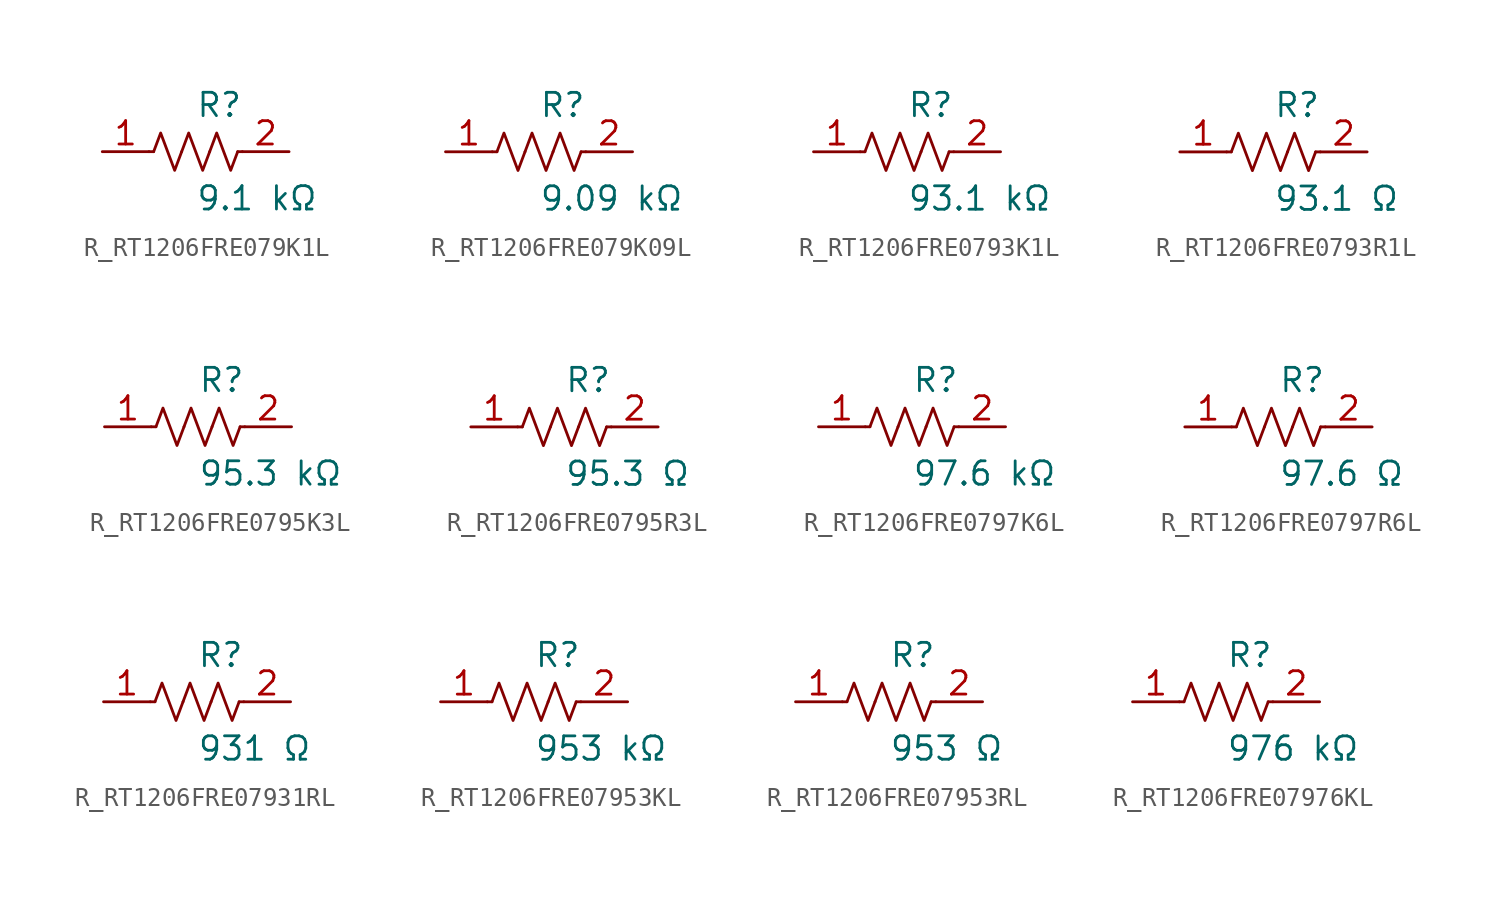
<source format=kicad_sym>
(kicad_symbol_lib
  (version 20231120)
  (generator kicad_symbol_editor)
  (generator_version 8.0)
  (symbol "R_RT1206FRE079K1L"
    (pin_names
      (offset 0.254))
    (property "Reference" "R"
      (at 0 2.54 0)
      (effects (font (size 1.27 1.27)) (justify left)))
    (property "Value" "9.1 kΩ"
      (at 0 -2.54 0)
      (effects (font (size 1.27 1.27)) (justify left)))
    (symbol "R_RT1206FRE079K1L_0_1"
      (polyline (pts (xy 2.286 0) (xy 2.54 0)) (stroke (width 0) (type default)) (fill (type none)))
      (polyline (pts (xy -2.286 0) (xy -2.54 0)) (stroke (width 0) (type default)) (fill (type none)))
      (polyline (pts (xy 0.762 0) (xy 1.143 1.016) (xy 1.524 0) (xy 1.905 -1.016) (xy 2.286 0)) (stroke (width 0) (type default)) (fill (type none)))
      (polyline (pts (xy -0.762 0) (xy -0.381 1.016) (xy 0 0) (xy 0.381 -1.016) (xy 0.762 0)) (stroke (width 0) (type default)) (fill (type none)))
      (polyline (pts (xy -2.286 0) (xy -1.905 1.016) (xy -1.524 0) (xy -1.143 -1.016) (xy -0.762 0)) (stroke (width 0) (type default)) (fill (type none))))
    (pin unspecified line
      (at -5.08 0 0)
      (length 2.54)
      (name "" (effects (font (size 1.27 1.27))))
      (number "1" (effects (font (size 1.27 1.27)))))
    (pin unspecified line
      (at 5.08 0 180)
      (length 2.54)
      (name "" (effects (font (size 1.27 1.27))))
      (number "2" (effects (font (size 1.27 1.27))))))
  (symbol "R_RT1206FRE079K09L"
    (pin_names
      (offset 0.254))
    (property "Reference" "R"
      (at 0 2.54 0)
      (effects (font (size 1.27 1.27)) (justify left)))
    (property "Value" "9.09 kΩ"
      (at 0 -2.54 0)
      (effects (font (size 1.27 1.27)) (justify left)))
    (symbol "R_RT1206FRE079K09L_0_1"
      (polyline (pts (xy 2.286 0) (xy 2.54 0)) (stroke (width 0) (type default)) (fill (type none)))
      (polyline (pts (xy -2.286 0) (xy -2.54 0)) (stroke (width 0) (type default)) (fill (type none)))
      (polyline (pts (xy 0.762 0) (xy 1.143 1.016) (xy 1.524 0) (xy 1.905 -1.016) (xy 2.286 0)) (stroke (width 0) (type default)) (fill (type none)))
      (polyline (pts (xy -0.762 0) (xy -0.381 1.016) (xy 0 0) (xy 0.381 -1.016) (xy 0.762 0)) (stroke (width 0) (type default)) (fill (type none)))
      (polyline (pts (xy -2.286 0) (xy -1.905 1.016) (xy -1.524 0) (xy -1.143 -1.016) (xy -0.762 0)) (stroke (width 0) (type default)) (fill (type none))))
    (pin unspecified line
      (at -5.08 0 0)
      (length 2.54)
      (name "" (effects (font (size 1.27 1.27))))
      (number "1" (effects (font (size 1.27 1.27)))))
    (pin unspecified line
      (at 5.08 0 180)
      (length 2.54)
      (name "" (effects (font (size 1.27 1.27))))
      (number "2" (effects (font (size 1.27 1.27))))))
  (symbol "R_RT1206FRE0793K1L"
    (pin_names
      (offset 0.254))
    (property "Reference" "R"
      (at 0 2.54 0)
      (effects (font (size 1.27 1.27)) (justify left)))
    (property "Value" "93.1 kΩ"
      (at 0 -2.54 0)
      (effects (font (size 1.27 1.27)) (justify left)))
    (symbol "R_RT1206FRE0793K1L_0_1"
      (polyline (pts (xy 2.286 0) (xy 2.54 0)) (stroke (width 0) (type default)) (fill (type none)))
      (polyline (pts (xy -2.286 0) (xy -2.54 0)) (stroke (width 0) (type default)) (fill (type none)))
      (polyline (pts (xy 0.762 0) (xy 1.143 1.016) (xy 1.524 0) (xy 1.905 -1.016) (xy 2.286 0)) (stroke (width 0) (type default)) (fill (type none)))
      (polyline (pts (xy -0.762 0) (xy -0.381 1.016) (xy 0 0) (xy 0.381 -1.016) (xy 0.762 0)) (stroke (width 0) (type default)) (fill (type none)))
      (polyline (pts (xy -2.286 0) (xy -1.905 1.016) (xy -1.524 0) (xy -1.143 -1.016) (xy -0.762 0)) (stroke (width 0) (type default)) (fill (type none))))
    (pin unspecified line
      (at -5.08 0 0)
      (length 2.54)
      (name "" (effects (font (size 1.27 1.27))))
      (number "1" (effects (font (size 1.27 1.27)))))
    (pin unspecified line
      (at 5.08 0 180)
      (length 2.54)
      (name "" (effects (font (size 1.27 1.27))))
      (number "2" (effects (font (size 1.27 1.27))))))
  (symbol "R_RT1206FRE0793R1L"
    (pin_names
      (offset 0.254))
    (property "Reference" "R"
      (at 0 2.54 0)
      (effects (font (size 1.27 1.27)) (justify left)))
    (property "Value" "93.1 Ω"
      (at 0 -2.54 0)
      (effects (font (size 1.27 1.27)) (justify left)))
    (symbol "R_RT1206FRE0793R1L_0_1"
      (polyline (pts (xy 2.286 0) (xy 2.54 0)) (stroke (width 0) (type default)) (fill (type none)))
      (polyline (pts (xy -2.286 0) (xy -2.54 0)) (stroke (width 0) (type default)) (fill (type none)))
      (polyline (pts (xy 0.762 0) (xy 1.143 1.016) (xy 1.524 0) (xy 1.905 -1.016) (xy 2.286 0)) (stroke (width 0) (type default)) (fill (type none)))
      (polyline (pts (xy -0.762 0) (xy -0.381 1.016) (xy 0 0) (xy 0.381 -1.016) (xy 0.762 0)) (stroke (width 0) (type default)) (fill (type none)))
      (polyline (pts (xy -2.286 0) (xy -1.905 1.016) (xy -1.524 0) (xy -1.143 -1.016) (xy -0.762 0)) (stroke (width 0) (type default)) (fill (type none))))
    (pin unspecified line
      (at -5.08 0 0)
      (length 2.54)
      (name "" (effects (font (size 1.27 1.27))))
      (number "1" (effects (font (size 1.27 1.27)))))
    (pin unspecified line
      (at 5.08 0 180)
      (length 2.54)
      (name "" (effects (font (size 1.27 1.27))))
      (number "2" (effects (font (size 1.27 1.27))))))
  (symbol "R_RT1206FRE0795K3L"
    (pin_names
      (offset 0.254))
    (property "Reference" "R"
      (at 0 2.54 0)
      (effects (font (size 1.27 1.27)) (justify left)))
    (property "Value" "95.3 kΩ"
      (at 0 -2.54 0)
      (effects (font (size 1.27 1.27)) (justify left)))
    (symbol "R_RT1206FRE0795K3L_0_1"
      (polyline (pts (xy 2.286 0) (xy 2.54 0)) (stroke (width 0) (type default)) (fill (type none)))
      (polyline (pts (xy -2.286 0) (xy -2.54 0)) (stroke (width 0) (type default)) (fill (type none)))
      (polyline (pts (xy 0.762 0) (xy 1.143 1.016) (xy 1.524 0) (xy 1.905 -1.016) (xy 2.286 0)) (stroke (width 0) (type default)) (fill (type none)))
      (polyline (pts (xy -0.762 0) (xy -0.381 1.016) (xy 0 0) (xy 0.381 -1.016) (xy 0.762 0)) (stroke (width 0) (type default)) (fill (type none)))
      (polyline (pts (xy -2.286 0) (xy -1.905 1.016) (xy -1.524 0) (xy -1.143 -1.016) (xy -0.762 0)) (stroke (width 0) (type default)) (fill (type none))))
    (pin unspecified line
      (at -5.08 0 0)
      (length 2.54)
      (name "" (effects (font (size 1.27 1.27))))
      (number "1" (effects (font (size 1.27 1.27)))))
    (pin unspecified line
      (at 5.08 0 180)
      (length 2.54)
      (name "" (effects (font (size 1.27 1.27))))
      (number "2" (effects (font (size 1.27 1.27))))))
  (symbol "R_RT1206FRE0795R3L"
    (pin_names
      (offset 0.254))
    (property "Reference" "R"
      (at 0 2.54 0)
      (effects (font (size 1.27 1.27)) (justify left)))
    (property "Value" "95.3 Ω"
      (at 0 -2.54 0)
      (effects (font (size 1.27 1.27)) (justify left)))
    (symbol "R_RT1206FRE0795R3L_0_1"
      (polyline (pts (xy 2.286 0) (xy 2.54 0)) (stroke (width 0) (type default)) (fill (type none)))
      (polyline (pts (xy -2.286 0) (xy -2.54 0)) (stroke (width 0) (type default)) (fill (type none)))
      (polyline (pts (xy 0.762 0) (xy 1.143 1.016) (xy 1.524 0) (xy 1.905 -1.016) (xy 2.286 0)) (stroke (width 0) (type default)) (fill (type none)))
      (polyline (pts (xy -0.762 0) (xy -0.381 1.016) (xy 0 0) (xy 0.381 -1.016) (xy 0.762 0)) (stroke (width 0) (type default)) (fill (type none)))
      (polyline (pts (xy -2.286 0) (xy -1.905 1.016) (xy -1.524 0) (xy -1.143 -1.016) (xy -0.762 0)) (stroke (width 0) (type default)) (fill (type none))))
    (pin unspecified line
      (at -5.08 0 0)
      (length 2.54)
      (name "" (effects (font (size 1.27 1.27))))
      (number "1" (effects (font (size 1.27 1.27)))))
    (pin unspecified line
      (at 5.08 0 180)
      (length 2.54)
      (name "" (effects (font (size 1.27 1.27))))
      (number "2" (effects (font (size 1.27 1.27))))))
  (symbol "R_RT1206FRE0797K6L"
    (pin_names
      (offset 0.254))
    (property "Reference" "R"
      (at 0 2.54 0)
      (effects (font (size 1.27 1.27)) (justify left)))
    (property "Value" "97.6 kΩ"
      (at 0 -2.54 0)
      (effects (font (size 1.27 1.27)) (justify left)))
    (symbol "R_RT1206FRE0797K6L_0_1"
      (polyline (pts (xy 2.286 0) (xy 2.54 0)) (stroke (width 0) (type default)) (fill (type none)))
      (polyline (pts (xy -2.286 0) (xy -2.54 0)) (stroke (width 0) (type default)) (fill (type none)))
      (polyline (pts (xy 0.762 0) (xy 1.143 1.016) (xy 1.524 0) (xy 1.905 -1.016) (xy 2.286 0)) (stroke (width 0) (type default)) (fill (type none)))
      (polyline (pts (xy -0.762 0) (xy -0.381 1.016) (xy 0 0) (xy 0.381 -1.016) (xy 0.762 0)) (stroke (width 0) (type default)) (fill (type none)))
      (polyline (pts (xy -2.286 0) (xy -1.905 1.016) (xy -1.524 0) (xy -1.143 -1.016) (xy -0.762 0)) (stroke (width 0) (type default)) (fill (type none))))
    (pin unspecified line
      (at -5.08 0 0)
      (length 2.54)
      (name "" (effects (font (size 1.27 1.27))))
      (number "1" (effects (font (size 1.27 1.27)))))
    (pin unspecified line
      (at 5.08 0 180)
      (length 2.54)
      (name "" (effects (font (size 1.27 1.27))))
      (number "2" (effects (font (size 1.27 1.27))))))
  (symbol "R_RT1206FRE0797R6L"
    (pin_names
      (offset 0.254))
    (property "Reference" "R"
      (at 0 2.54 0)
      (effects (font (size 1.27 1.27)) (justify left)))
    (property "Value" "97.6 Ω"
      (at 0 -2.54 0)
      (effects (font (size 1.27 1.27)) (justify left)))
    (symbol "R_RT1206FRE0797R6L_0_1"
      (polyline (pts (xy 2.286 0) (xy 2.54 0)) (stroke (width 0) (type default)) (fill (type none)))
      (polyline (pts (xy -2.286 0) (xy -2.54 0)) (stroke (width 0) (type default)) (fill (type none)))
      (polyline (pts (xy 0.762 0) (xy 1.143 1.016) (xy 1.524 0) (xy 1.905 -1.016) (xy 2.286 0)) (stroke (width 0) (type default)) (fill (type none)))
      (polyline (pts (xy -0.762 0) (xy -0.381 1.016) (xy 0 0) (xy 0.381 -1.016) (xy 0.762 0)) (stroke (width 0) (type default)) (fill (type none)))
      (polyline (pts (xy -2.286 0) (xy -1.905 1.016) (xy -1.524 0) (xy -1.143 -1.016) (xy -0.762 0)) (stroke (width 0) (type default)) (fill (type none))))
    (pin unspecified line
      (at -5.08 0 0)
      (length 2.54)
      (name "" (effects (font (size 1.27 1.27))))
      (number "1" (effects (font (size 1.27 1.27)))))
    (pin unspecified line
      (at 5.08 0 180)
      (length 2.54)
      (name "" (effects (font (size 1.27 1.27))))
      (number "2" (effects (font (size 1.27 1.27))))))
  (symbol "R_RT1206FRE07931RL"
    (pin_names
      (offset 0.254))
    (property "Reference" "R"
      (at 0 2.54 0)
      (effects (font (size 1.27 1.27)) (justify left)))
    (property "Value" "931 Ω"
      (at 0 -2.54 0)
      (effects (font (size 1.27 1.27)) (justify left)))
    (symbol "R_RT1206FRE07931RL_0_1"
      (polyline (pts (xy 2.286 0) (xy 2.54 0)) (stroke (width 0) (type default)) (fill (type none)))
      (polyline (pts (xy -2.286 0) (xy -2.54 0)) (stroke (width 0) (type default)) (fill (type none)))
      (polyline (pts (xy 0.762 0) (xy 1.143 1.016) (xy 1.524 0) (xy 1.905 -1.016) (xy 2.286 0)) (stroke (width 0) (type default)) (fill (type none)))
      (polyline (pts (xy -0.762 0) (xy -0.381 1.016) (xy 0 0) (xy 0.381 -1.016) (xy 0.762 0)) (stroke (width 0) (type default)) (fill (type none)))
      (polyline (pts (xy -2.286 0) (xy -1.905 1.016) (xy -1.524 0) (xy -1.143 -1.016) (xy -0.762 0)) (stroke (width 0) (type default)) (fill (type none))))
    (pin unspecified line
      (at -5.08 0 0)
      (length 2.54)
      (name "" (effects (font (size 1.27 1.27))))
      (number "1" (effects (font (size 1.27 1.27)))))
    (pin unspecified line
      (at 5.08 0 180)
      (length 2.54)
      (name "" (effects (font (size 1.27 1.27))))
      (number "2" (effects (font (size 1.27 1.27))))))
  (symbol "R_RT1206FRE07953KL"
    (pin_names
      (offset 0.254))
    (property "Reference" "R"
      (at 0 2.54 0)
      (effects (font (size 1.27 1.27)) (justify left)))
    (property "Value" "953 kΩ"
      (at 0 -2.54 0)
      (effects (font (size 1.27 1.27)) (justify left)))
    (symbol "R_RT1206FRE07953KL_0_1"
      (polyline (pts (xy 2.286 0) (xy 2.54 0)) (stroke (width 0) (type default)) (fill (type none)))
      (polyline (pts (xy -2.286 0) (xy -2.54 0)) (stroke (width 0) (type default)) (fill (type none)))
      (polyline (pts (xy 0.762 0) (xy 1.143 1.016) (xy 1.524 0) (xy 1.905 -1.016) (xy 2.286 0)) (stroke (width 0) (type default)) (fill (type none)))
      (polyline (pts (xy -0.762 0) (xy -0.381 1.016) (xy 0 0) (xy 0.381 -1.016) (xy 0.762 0)) (stroke (width 0) (type default)) (fill (type none)))
      (polyline (pts (xy -2.286 0) (xy -1.905 1.016) (xy -1.524 0) (xy -1.143 -1.016) (xy -0.762 0)) (stroke (width 0) (type default)) (fill (type none))))
    (pin unspecified line
      (at -5.08 0 0)
      (length 2.54)
      (name "" (effects (font (size 1.27 1.27))))
      (number "1" (effects (font (size 1.27 1.27)))))
    (pin unspecified line
      (at 5.08 0 180)
      (length 2.54)
      (name "" (effects (font (size 1.27 1.27))))
      (number "2" (effects (font (size 1.27 1.27))))))
  (symbol "R_RT1206FRE07953RL"
    (pin_names
      (offset 0.254))
    (property "Reference" "R"
      (at 0 2.54 0)
      (effects (font (size 1.27 1.27)) (justify left)))
    (property "Value" "953 Ω"
      (at 0 -2.54 0)
      (effects (font (size 1.27 1.27)) (justify left)))
    (symbol "R_RT1206FRE07953RL_0_1"
      (polyline (pts (xy 2.286 0) (xy 2.54 0)) (stroke (width 0) (type default)) (fill (type none)))
      (polyline (pts (xy -2.286 0) (xy -2.54 0)) (stroke (width 0) (type default)) (fill (type none)))
      (polyline (pts (xy 0.762 0) (xy 1.143 1.016) (xy 1.524 0) (xy 1.905 -1.016) (xy 2.286 0)) (stroke (width 0) (type default)) (fill (type none)))
      (polyline (pts (xy -0.762 0) (xy -0.381 1.016) (xy 0 0) (xy 0.381 -1.016) (xy 0.762 0)) (stroke (width 0) (type default)) (fill (type none)))
      (polyline (pts (xy -2.286 0) (xy -1.905 1.016) (xy -1.524 0) (xy -1.143 -1.016) (xy -0.762 0)) (stroke (width 0) (type default)) (fill (type none))))
    (pin unspecified line
      (at -5.08 0 0)
      (length 2.54)
      (name "" (effects (font (size 1.27 1.27))))
      (number "1" (effects (font (size 1.27 1.27)))))
    (pin unspecified line
      (at 5.08 0 180)
      (length 2.54)
      (name "" (effects (font (size 1.27 1.27))))
      (number "2" (effects (font (size 1.27 1.27))))))
  (symbol "R_RT1206FRE07976KL"
    (pin_names
      (offset 0.254))
    (property "Reference" "R"
      (at 0 2.54 0)
      (effects (font (size 1.27 1.27)) (justify left)))
    (property "Value" "976 kΩ"
      (at 0 -2.54 0)
      (effects (font (size 1.27 1.27)) (justify left)))
    (symbol "R_RT1206FRE07976KL_0_1"
      (polyline (pts (xy 2.286 0) (xy 2.54 0)) (stroke (width 0) (type default)) (fill (type none)))
      (polyline (pts (xy -2.286 0) (xy -2.54 0)) (stroke (width 0) (type default)) (fill (type none)))
      (polyline (pts (xy 0.762 0) (xy 1.143 1.016) (xy 1.524 0) (xy 1.905 -1.016) (xy 2.286 0)) (stroke (width 0) (type default)) (fill (type none)))
      (polyline (pts (xy -0.762 0) (xy -0.381 1.016) (xy 0 0) (xy 0.381 -1.016) (xy 0.762 0)) (stroke (width 0) (type default)) (fill (type none)))
      (polyline (pts (xy -2.286 0) (xy -1.905 1.016) (xy -1.524 0) (xy -1.143 -1.016) (xy -0.762 0)) (stroke (width 0) (type default)) (fill (type none))))
    (pin unspecified line
      (at -5.08 0 0)
      (length 2.54)
      (name "" (effects (font (size 1.27 1.27))))
      (number "1" (effects (font (size 1.27 1.27)))))
    (pin unspecified line
      (at 5.08 0 180)
      (length 2.54)
      (name "" (effects (font (size 1.27 1.27))))
      (number "2" (effects (font (size 1.27 1.27)))))))
</source>
